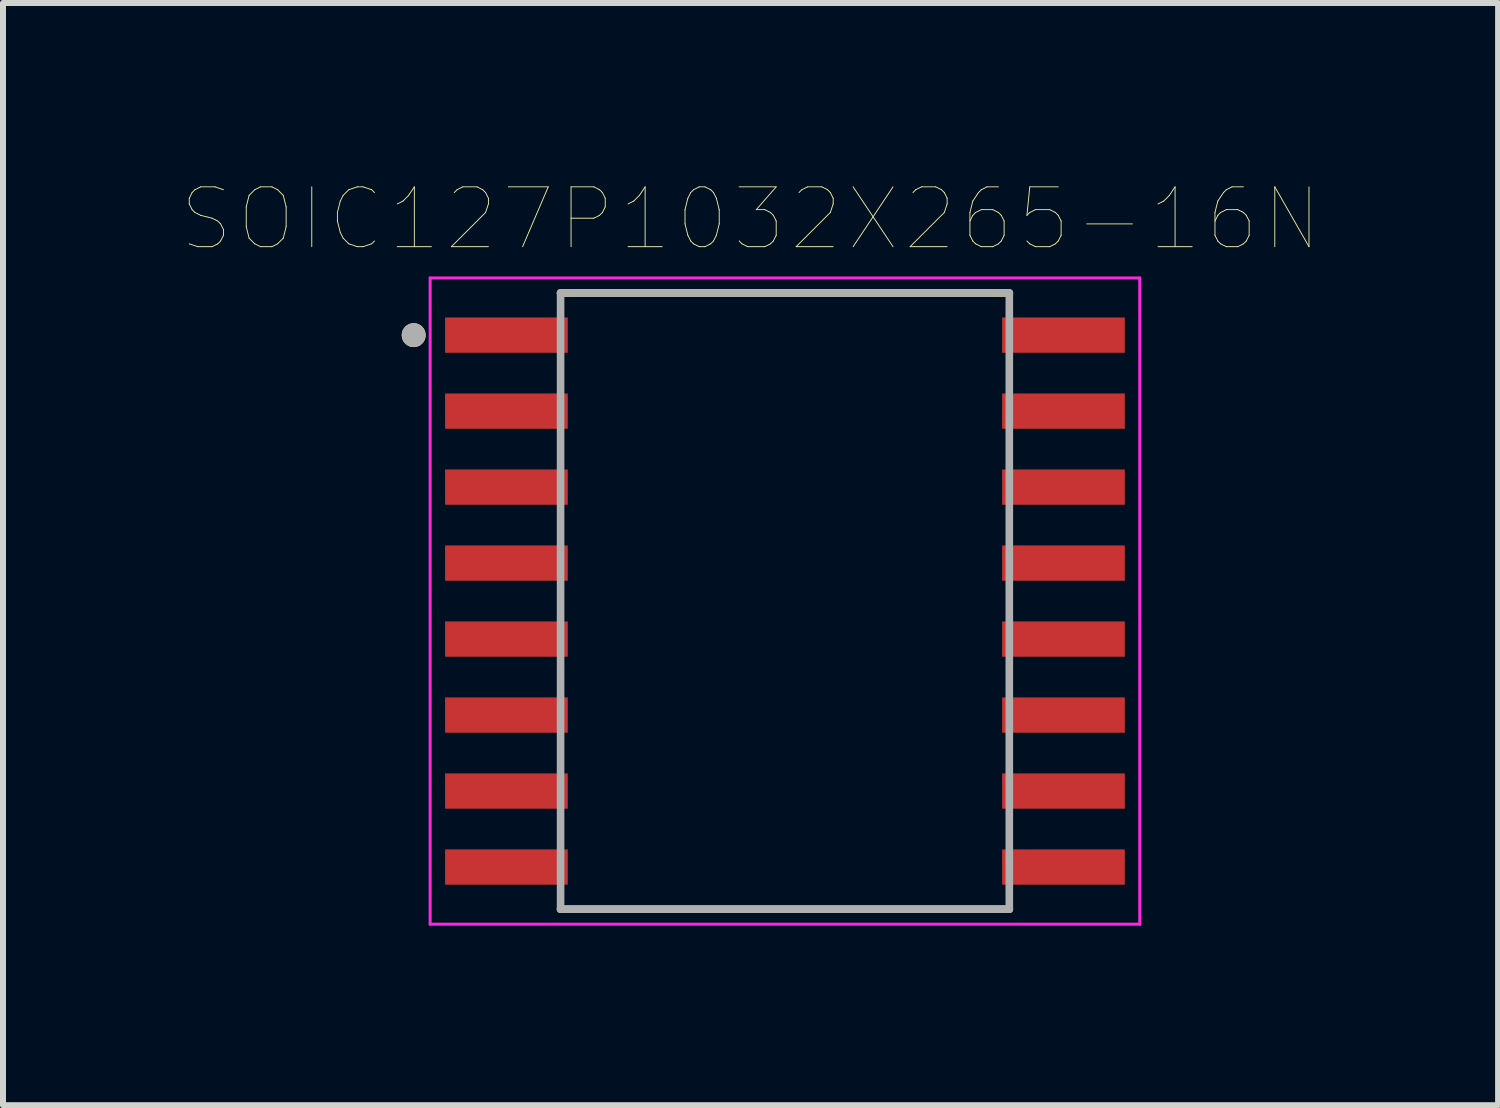
<source format=kicad_pcb>
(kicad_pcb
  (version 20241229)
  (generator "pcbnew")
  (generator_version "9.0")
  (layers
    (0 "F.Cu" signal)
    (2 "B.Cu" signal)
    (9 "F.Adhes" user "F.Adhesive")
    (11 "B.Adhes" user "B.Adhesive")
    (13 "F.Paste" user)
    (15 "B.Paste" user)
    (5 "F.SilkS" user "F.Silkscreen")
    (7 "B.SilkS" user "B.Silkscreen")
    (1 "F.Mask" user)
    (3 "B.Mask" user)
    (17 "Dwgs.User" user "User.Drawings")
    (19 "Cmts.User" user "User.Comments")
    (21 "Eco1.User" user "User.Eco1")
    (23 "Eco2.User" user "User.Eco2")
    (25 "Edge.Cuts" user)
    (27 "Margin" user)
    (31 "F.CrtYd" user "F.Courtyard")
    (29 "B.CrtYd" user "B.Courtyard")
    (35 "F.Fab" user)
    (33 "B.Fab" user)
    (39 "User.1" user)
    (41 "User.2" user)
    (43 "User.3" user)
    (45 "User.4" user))
  (footprint "SOIC127P1032X265-16N"
    (layer "F.Cu")
    (at 10.069 6.996)
    (property "Reference" "SOIC127P1032X265-16N" (at -0.575 -6.385 0) (layer "F.SilkS") (effects (font (size 1 1) (thickness 0.015))))
    (attr through_hole)
    (fp_line (start -3.75 -5.15) (end 3.75 -5.15) (stroke (width 0.127) (type solid)) (layer "F.SilkS"))
    (fp_line (start -3.75 5.15) (end 3.75 5.15) (stroke (width 0.127) (type solid)) (layer "F.SilkS"))
    (fp_circle (center -6.205 -4.445) (end -6.105 -4.445) (stroke (width 0.2) (type solid)) (fill no) (layer "F.SilkS"))
    (fp_line (start -5.93 -5.4) (end -5.93 5.4) (stroke (width 0.05) (type solid)) (layer "F.CrtYd"))
    (fp_line (start -5.93 -5.4) (end 5.93 -5.4) (stroke (width 0.05) (type solid)) (layer "F.CrtYd"))
    (fp_line (start -5.93 5.4) (end 5.93 5.4) (stroke (width 0.05) (type solid)) (layer "F.CrtYd"))
    (fp_line (start 5.93 -5.4) (end 5.93 5.4) (stroke (width 0.05) (type solid)) (layer "F.CrtYd"))
    (fp_line (start -3.75 -5.15) (end -3.75 5.15) (stroke (width 0.127) (type solid)) (layer "F.Fab"))
    (fp_line (start -3.75 -5.15) (end 3.75 -5.15) (stroke (width 0.127) (type solid)) (layer "F.Fab"))
    (fp_line (start -3.75 5.15) (end 3.75 5.15) (stroke (width 0.127) (type solid)) (layer "F.Fab"))
    (fp_line (start 3.75 -5.15) (end 3.75 5.15) (stroke (width 0.127) (type solid)) (layer "F.Fab"))
    (fp_circle (center -6.205 -4.445) (end -6.105 -4.445) (stroke (width 0.2) (type solid)) (fill no) (layer "F.Fab"))
    (pad "1" smd rect (at -4.655 -4.445) (size 2.05 0.59) (layers "F.Cu" "F.Mask" "F.Paste"))
    (pad "2" smd rect (at -4.655 -3.175) (size 2.05 0.59) (layers "F.Cu" "F.Mask" "F.Paste"))
    (pad "3" smd rect (at -4.655 -1.905) (size 2.05 0.59) (layers "F.Cu" "F.Mask" "F.Paste"))
    (pad "4" smd rect (at -4.655 -0.635) (size 2.05 0.59) (layers "F.Cu" "F.Mask" "F.Paste"))
    (pad "5" smd rect (at -4.655 0.635) (size 2.05 0.59) (layers "F.Cu" "F.Mask" "F.Paste"))
    (pad "6" smd rect (at -4.655 1.905) (size 2.05 0.59) (layers "F.Cu" "F.Mask" "F.Paste"))
    (pad "7" smd rect (at -4.655 3.175) (size 2.05 0.59) (layers "F.Cu" "F.Mask" "F.Paste"))
    (pad "8" smd rect (at -4.655 4.445) (size 2.05 0.59) (layers "F.Cu" "F.Mask" "F.Paste"))
    (pad "9" smd rect (at 4.655 4.445) (size 2.05 0.59) (layers "F.Cu" "F.Mask" "F.Paste"))
    (pad "10" smd rect (at 4.655 3.175) (size 2.05 0.59) (layers "F.Cu" "F.Mask" "F.Paste"))
    (pad "11" smd rect (at 4.655 1.905) (size 2.05 0.59) (layers "F.Cu" "F.Mask" "F.Paste"))
    (pad "12" smd rect (at 4.655 0.635) (size 2.05 0.59) (layers "F.Cu" "F.Mask" "F.Paste"))
    (pad "13" smd rect (at 4.655 -0.635) (size 2.05 0.59) (layers "F.Cu" "F.Mask" "F.Paste"))
    (pad "14" smd rect (at 4.655 -1.905) (size 2.05 0.59) (layers "F.Cu" "F.Mask" "F.Paste"))
    (pad "15" smd rect (at 4.655 -3.175) (size 2.05 0.59) (layers "F.Cu" "F.Mask" "F.Paste"))
    (pad "16" smd rect (at 4.655 -4.445) (size 2.05 0.59) (layers "F.Cu" "F.Mask" "F.Paste")))
  (gr_rect
    (start -3 -3)
    (end 21.988 15.421)
    (stroke (width 0.1) (type default))
    (fill no)
    (layer "Edge.Cuts")))
</source>
